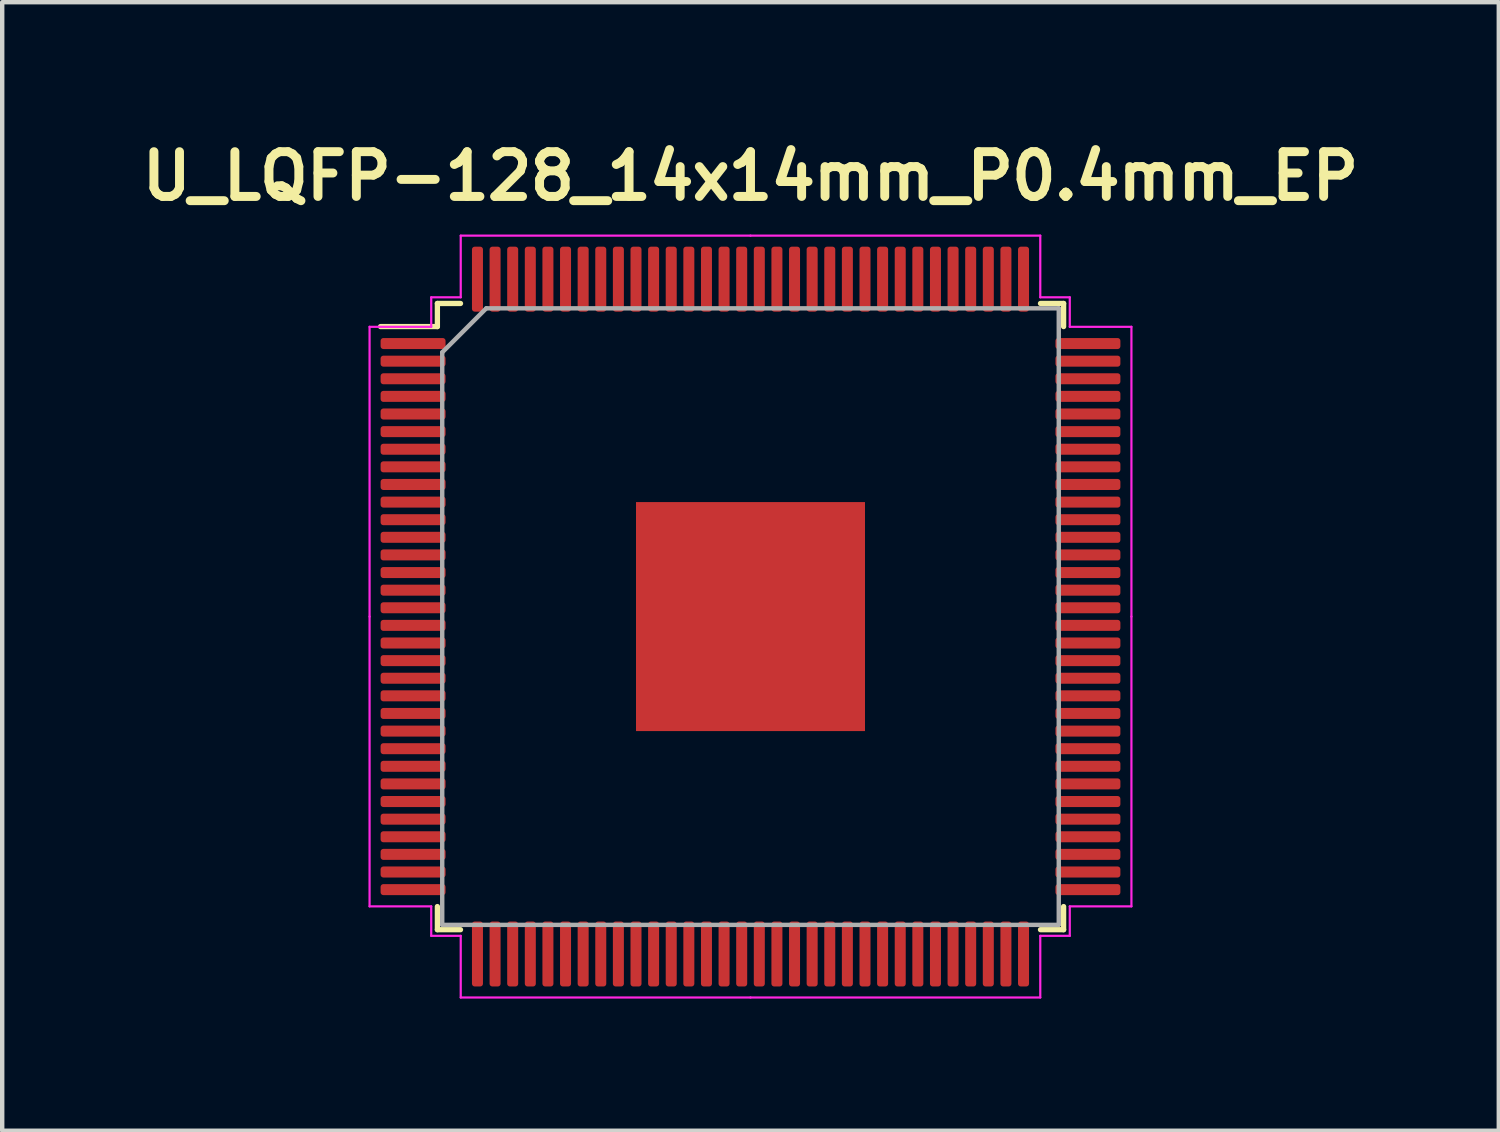
<source format=kicad_pcb>
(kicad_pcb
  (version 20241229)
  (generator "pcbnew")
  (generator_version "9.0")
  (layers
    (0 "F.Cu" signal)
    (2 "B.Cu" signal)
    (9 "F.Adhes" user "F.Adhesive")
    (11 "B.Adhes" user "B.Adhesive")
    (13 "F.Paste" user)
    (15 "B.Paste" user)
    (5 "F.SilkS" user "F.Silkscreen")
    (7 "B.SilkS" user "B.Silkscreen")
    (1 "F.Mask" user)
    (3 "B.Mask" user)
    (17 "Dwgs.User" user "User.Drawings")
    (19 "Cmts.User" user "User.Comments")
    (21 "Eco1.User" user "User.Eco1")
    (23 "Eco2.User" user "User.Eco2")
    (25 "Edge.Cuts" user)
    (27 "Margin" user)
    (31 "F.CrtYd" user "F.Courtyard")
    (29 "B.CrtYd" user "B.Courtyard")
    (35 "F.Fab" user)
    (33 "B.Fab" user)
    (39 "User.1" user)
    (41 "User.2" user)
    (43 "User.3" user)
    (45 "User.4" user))
  (footprint "U_LQFP-128_14x14mm_P0.4mm_EP"
    (layer "F.Cu")
    (at 13.992 10.951)
    (property "Reference" "U_LQFP-128_14x14mm_P0.4mm_EP" (at 0 -10 0) (layer "F.SilkS") (effects (font (size 1.016 1.016) (thickness 0.203))))
    (attr smd)
    (fp_line (start -7.11 -7.11) (end -7.11 -6.585) (stroke (width 0.12) (type solid)) (layer "F.SilkS"))
    (fp_line (start -7.11 -6.585) (end -8.4 -6.585) (stroke (width 0.12) (type solid)) (layer "F.SilkS"))
    (fp_line (start -7.11 7.11) (end -7.11 6.585) (stroke (width 0.12) (type solid)) (layer "F.SilkS"))
    (fp_line (start -6.585 -7.11) (end -7.11 -7.11) (stroke (width 0.12) (type solid)) (layer "F.SilkS"))
    (fp_line (start -6.585 7.11) (end -7.11 7.11) (stroke (width 0.12) (type solid)) (layer "F.SilkS"))
    (fp_line (start 6.585 -7.11) (end 7.11 -7.11) (stroke (width 0.12) (type solid)) (layer "F.SilkS"))
    (fp_line (start 6.585 7.11) (end 7.11 7.11) (stroke (width 0.12) (type solid)) (layer "F.SilkS"))
    (fp_line (start 7.11 -7.11) (end 7.11 -6.585) (stroke (width 0.12) (type solid)) (layer "F.SilkS"))
    (fp_line (start 7.11 7.11) (end 7.11 6.585) (stroke (width 0.12) (type solid)) (layer "F.SilkS"))
    (fp_line (start -8.65 -6.58) (end -8.65 0) (stroke (width 0.05) (type solid)) (layer "F.CrtYd"))
    (fp_line (start -8.65 6.58) (end -8.65 0) (stroke (width 0.05) (type solid)) (layer "F.CrtYd"))
    (fp_line (start -7.25 -7.25) (end -7.25 -6.58) (stroke (width 0.05) (type solid)) (layer "F.CrtYd"))
    (fp_line (start -7.25 -6.58) (end -8.65 -6.58) (stroke (width 0.05) (type solid)) (layer "F.CrtYd"))
    (fp_line (start -7.25 6.58) (end -8.65 6.58) (stroke (width 0.05) (type solid)) (layer "F.CrtYd"))
    (fp_line (start -7.25 7.25) (end -7.25 6.58) (stroke (width 0.05) (type solid)) (layer "F.CrtYd"))
    (fp_line (start -6.58 -8.65) (end -6.58 -7.25) (stroke (width 0.05) (type solid)) (layer "F.CrtYd"))
    (fp_line (start -6.58 -7.25) (end -7.25 -7.25) (stroke (width 0.05) (type solid)) (layer "F.CrtYd"))
    (fp_line (start -6.58 7.25) (end -7.25 7.25) (stroke (width 0.05) (type solid)) (layer "F.CrtYd"))
    (fp_line (start -6.58 8.65) (end -6.58 7.25) (stroke (width 0.05) (type solid)) (layer "F.CrtYd"))
    (fp_line (start 0 -8.65) (end -6.58 -8.65) (stroke (width 0.05) (type solid)) (layer "F.CrtYd"))
    (fp_line (start 0 -8.65) (end 6.58 -8.65) (stroke (width 0.05) (type solid)) (layer "F.CrtYd"))
    (fp_line (start 0 8.65) (end -6.58 8.65) (stroke (width 0.05) (type solid)) (layer "F.CrtYd"))
    (fp_line (start 0 8.65) (end 6.58 8.65) (stroke (width 0.05) (type solid)) (layer "F.CrtYd"))
    (fp_line (start 6.58 -8.65) (end 6.58 -7.25) (stroke (width 0.05) (type solid)) (layer "F.CrtYd"))
    (fp_line (start 6.58 -7.25) (end 7.25 -7.25) (stroke (width 0.05) (type solid)) (layer "F.CrtYd"))
    (fp_line (start 6.58 7.25) (end 7.25 7.25) (stroke (width 0.05) (type solid)) (layer "F.CrtYd"))
    (fp_line (start 6.58 8.65) (end 6.58 7.25) (stroke (width 0.05) (type solid)) (layer "F.CrtYd"))
    (fp_line (start 7.25 -7.25) (end 7.25 -6.58) (stroke (width 0.05) (type solid)) (layer "F.CrtYd"))
    (fp_line (start 7.25 -6.58) (end 8.65 -6.58) (stroke (width 0.05) (type solid)) (layer "F.CrtYd"))
    (fp_line (start 7.25 6.58) (end 8.65 6.58) (stroke (width 0.05) (type solid)) (layer "F.CrtYd"))
    (fp_line (start 7.25 7.25) (end 7.25 6.58) (stroke (width 0.05) (type solid)) (layer "F.CrtYd"))
    (fp_line (start 8.65 -6.58) (end 8.65 0) (stroke (width 0.05) (type solid)) (layer "F.CrtYd"))
    (fp_line (start 8.65 6.58) (end 8.65 0) (stroke (width 0.05) (type solid)) (layer "F.CrtYd"))
    (fp_line (start -7 -6) (end -6 -7) (stroke (width 0.1) (type solid)) (layer "F.Fab"))
    (fp_line (start -7 7) (end -7 -6) (stroke (width 0.1) (type solid)) (layer "F.Fab"))
    (fp_line (start -6 -7) (end 7 -7) (stroke (width 0.1) (type solid)) (layer "F.Fab"))
    (fp_line (start 7 -7) (end 7 7) (stroke (width 0.1) (type solid)) (layer "F.Fab"))
    (fp_line (start 7 7) (end -7 7) (stroke (width 0.1) (type solid)) (layer "F.Fab"))
    (pad "1" smd roundrect (at -7.662 -6.2) (size 1.475 0.25) (layers "F.Cu" "F.Mask" "F.Paste") (roundrect_rratio 0.25))
    (pad "2" smd roundrect (at -7.662 -5.8) (size 1.475 0.25) (layers "F.Cu" "F.Mask" "F.Paste") (roundrect_rratio 0.25))
    (pad "3" smd roundrect (at -7.662 -5.4) (size 1.475 0.25) (layers "F.Cu" "F.Mask" "F.Paste") (roundrect_rratio 0.25))
    (pad "4" smd roundrect (at -7.662 -5) (size 1.475 0.25) (layers "F.Cu" "F.Mask" "F.Paste") (roundrect_rratio 0.25))
    (pad "5" smd roundrect (at -7.662 -4.6) (size 1.475 0.25) (layers "F.Cu" "F.Mask" "F.Paste") (roundrect_rratio 0.25))
    (pad "6" smd roundrect (at -7.662 -4.2) (size 1.475 0.25) (layers "F.Cu" "F.Mask" "F.Paste") (roundrect_rratio 0.25))
    (pad "7" smd roundrect (at -7.662 -3.8) (size 1.475 0.25) (layers "F.Cu" "F.Mask" "F.Paste") (roundrect_rratio 0.25))
    (pad "8" smd roundrect (at -7.662 -3.4) (size 1.475 0.25) (layers "F.Cu" "F.Mask" "F.Paste") (roundrect_rratio 0.25))
    (pad "9" smd roundrect (at -7.662 -3) (size 1.475 0.25) (layers "F.Cu" "F.Mask" "F.Paste") (roundrect_rratio 0.25))
    (pad "10" smd roundrect (at -7.662 -2.6) (size 1.475 0.25) (layers "F.Cu" "F.Mask" "F.Paste") (roundrect_rratio 0.25))
    (pad "11" smd roundrect (at -7.662 -2.2) (size 1.475 0.25) (layers "F.Cu" "F.Mask" "F.Paste") (roundrect_rratio 0.25))
    (pad "12" smd roundrect (at -7.662 -1.8) (size 1.475 0.25) (layers "F.Cu" "F.Mask" "F.Paste") (roundrect_rratio 0.25))
    (pad "13" smd roundrect (at -7.662 -1.4) (size 1.475 0.25) (layers "F.Cu" "F.Mask" "F.Paste") (roundrect_rratio 0.25))
    (pad "14" smd roundrect (at -7.662 -1) (size 1.475 0.25) (layers "F.Cu" "F.Mask" "F.Paste") (roundrect_rratio 0.25))
    (pad "15" smd roundrect (at -7.662 -0.6) (size 1.475 0.25) (layers "F.Cu" "F.Mask" "F.Paste") (roundrect_rratio 0.25))
    (pad "16" smd roundrect (at -7.662 -0.2) (size 1.475 0.25) (layers "F.Cu" "F.Mask" "F.Paste") (roundrect_rratio 0.25))
    (pad "17" smd roundrect (at -7.662 0.2) (size 1.475 0.25) (layers "F.Cu" "F.Mask" "F.Paste") (roundrect_rratio 0.25))
    (pad "18" smd roundrect (at -7.662 0.6) (size 1.475 0.25) (layers "F.Cu" "F.Mask" "F.Paste") (roundrect_rratio 0.25))
    (pad "19" smd roundrect (at -7.662 1) (size 1.475 0.25) (layers "F.Cu" "F.Mask" "F.Paste") (roundrect_rratio 0.25))
    (pad "20" smd roundrect (at -7.662 1.4) (size 1.475 0.25) (layers "F.Cu" "F.Mask" "F.Paste") (roundrect_rratio 0.25))
    (pad "21" smd roundrect (at -7.662 1.8) (size 1.475 0.25) (layers "F.Cu" "F.Mask" "F.Paste") (roundrect_rratio 0.25))
    (pad "22" smd roundrect (at -7.662 2.2) (size 1.475 0.25) (layers "F.Cu" "F.Mask" "F.Paste") (roundrect_rratio 0.25))
    (pad "23" smd roundrect (at -7.662 2.6) (size 1.475 0.25) (layers "F.Cu" "F.Mask" "F.Paste") (roundrect_rratio 0.25))
    (pad "24" smd roundrect (at -7.662 3) (size 1.475 0.25) (layers "F.Cu" "F.Mask" "F.Paste") (roundrect_rratio 0.25))
    (pad "25" smd roundrect (at -7.662 3.4) (size 1.475 0.25) (layers "F.Cu" "F.Mask" "F.Paste") (roundrect_rratio 0.25))
    (pad "26" smd roundrect (at -7.662 3.8) (size 1.475 0.25) (layers "F.Cu" "F.Mask" "F.Paste") (roundrect_rratio 0.25))
    (pad "27" smd roundrect (at -7.662 4.2) (size 1.475 0.25) (layers "F.Cu" "F.Mask" "F.Paste") (roundrect_rratio 0.25))
    (pad "28" smd roundrect (at -7.662 4.6) (size 1.475 0.25) (layers "F.Cu" "F.Mask" "F.Paste") (roundrect_rratio 0.25))
    (pad "29" smd roundrect (at -7.662 5) (size 1.475 0.25) (layers "F.Cu" "F.Mask" "F.Paste") (roundrect_rratio 0.25))
    (pad "30" smd roundrect (at -7.662 5.4) (size 1.475 0.25) (layers "F.Cu" "F.Mask" "F.Paste") (roundrect_rratio 0.25))
    (pad "31" smd roundrect (at -7.662 5.8) (size 1.475 0.25) (layers "F.Cu" "F.Mask" "F.Paste") (roundrect_rratio 0.25))
    (pad "32" smd roundrect (at -7.662 6.2) (size 1.475 0.25) (layers "F.Cu" "F.Mask" "F.Paste") (roundrect_rratio 0.25))
    (pad "33" smd roundrect (at -6.2 7.662) (size 0.25 1.475) (layers "F.Cu" "F.Mask" "F.Paste") (roundrect_rratio 0.25))
    (pad "34" smd roundrect (at -5.8 7.662) (size 0.25 1.475) (layers "F.Cu" "F.Mask" "F.Paste") (roundrect_rratio 0.25))
    (pad "35" smd roundrect (at -5.4 7.662) (size 0.25 1.475) (layers "F.Cu" "F.Mask" "F.Paste") (roundrect_rratio 0.25))
    (pad "36" smd roundrect (at -5 7.662) (size 0.25 1.475) (layers "F.Cu" "F.Mask" "F.Paste") (roundrect_rratio 0.25))
    (pad "37" smd roundrect (at -4.6 7.662) (size 0.25 1.475) (layers "F.Cu" "F.Mask" "F.Paste") (roundrect_rratio 0.25))
    (pad "38" smd roundrect (at -4.2 7.662) (size 0.25 1.475) (layers "F.Cu" "F.Mask" "F.Paste") (roundrect_rratio 0.25))
    (pad "39" smd roundrect (at -3.8 7.662) (size 0.25 1.475) (layers "F.Cu" "F.Mask" "F.Paste") (roundrect_rratio 0.25))
    (pad "40" smd roundrect (at -3.4 7.662) (size 0.25 1.475) (layers "F.Cu" "F.Mask" "F.Paste") (roundrect_rratio 0.25))
    (pad "41" smd roundrect (at -3 7.662) (size 0.25 1.475) (layers "F.Cu" "F.Mask" "F.Paste") (roundrect_rratio 0.25))
    (pad "42" smd roundrect (at -2.6 7.662) (size 0.25 1.475) (layers "F.Cu" "F.Mask" "F.Paste") (roundrect_rratio 0.25))
    (pad "43" smd roundrect (at -2.2 7.662) (size 0.25 1.475) (layers "F.Cu" "F.Mask" "F.Paste") (roundrect_rratio 0.25))
    (pad "44" smd roundrect (at -1.8 7.662) (size 0.25 1.475) (layers "F.Cu" "F.Mask" "F.Paste") (roundrect_rratio 0.25))
    (pad "45" smd roundrect (at -1.4 7.662) (size 0.25 1.475) (layers "F.Cu" "F.Mask" "F.Paste") (roundrect_rratio 0.25))
    (pad "46" smd roundrect (at -1 7.662) (size 0.25 1.475) (layers "F.Cu" "F.Mask" "F.Paste") (roundrect_rratio 0.25))
    (pad "47" smd roundrect (at -0.6 7.662) (size 0.25 1.475) (layers "F.Cu" "F.Mask" "F.Paste") (roundrect_rratio 0.25))
    (pad "48" smd roundrect (at -0.2 7.662) (size 0.25 1.475) (layers "F.Cu" "F.Mask" "F.Paste") (roundrect_rratio 0.25))
    (pad "49" smd roundrect (at 0.2 7.662) (size 0.25 1.475) (layers "F.Cu" "F.Mask" "F.Paste") (roundrect_rratio 0.25))
    (pad "50" smd roundrect (at 0.6 7.662) (size 0.25 1.475) (layers "F.Cu" "F.Mask" "F.Paste") (roundrect_rratio 0.25))
    (pad "51" smd roundrect (at 1 7.662) (size 0.25 1.475) (layers "F.Cu" "F.Mask" "F.Paste") (roundrect_rratio 0.25))
    (pad "52" smd roundrect (at 1.4 7.662) (size 0.25 1.475) (layers "F.Cu" "F.Mask" "F.Paste") (roundrect_rratio 0.25))
    (pad "53" smd roundrect (at 1.8 7.662) (size 0.25 1.475) (layers "F.Cu" "F.Mask" "F.Paste") (roundrect_rratio 0.25))
    (pad "54" smd roundrect (at 2.2 7.662) (size 0.25 1.475) (layers "F.Cu" "F.Mask" "F.Paste") (roundrect_rratio 0.25))
    (pad "55" smd roundrect (at 2.6 7.662) (size 0.25 1.475) (layers "F.Cu" "F.Mask" "F.Paste") (roundrect_rratio 0.25))
    (pad "56" smd roundrect (at 3 7.662) (size 0.25 1.475) (layers "F.Cu" "F.Mask" "F.Paste") (roundrect_rratio 0.25))
    (pad "57" smd roundrect (at 3.4 7.662) (size 0.25 1.475) (layers "F.Cu" "F.Mask" "F.Paste") (roundrect_rratio 0.25))
    (pad "58" smd roundrect (at 3.8 7.662) (size 0.25 1.475) (layers "F.Cu" "F.Mask" "F.Paste") (roundrect_rratio 0.25))
    (pad "59" smd roundrect (at 4.2 7.662) (size 0.25 1.475) (layers "F.Cu" "F.Mask" "F.Paste") (roundrect_rratio 0.25))
    (pad "60" smd roundrect (at 4.6 7.662) (size 0.25 1.475) (layers "F.Cu" "F.Mask" "F.Paste") (roundrect_rratio 0.25))
    (pad "61" smd roundrect (at 5 7.662) (size 0.25 1.475) (layers "F.Cu" "F.Mask" "F.Paste") (roundrect_rratio 0.25))
    (pad "62" smd roundrect (at 5.4 7.662) (size 0.25 1.475) (layers "F.Cu" "F.Mask" "F.Paste") (roundrect_rratio 0.25))
    (pad "63" smd roundrect (at 5.8 7.662) (size 0.25 1.475) (layers "F.Cu" "F.Mask" "F.Paste") (roundrect_rratio 0.25))
    (pad "64" smd roundrect (at 6.2 7.662) (size 0.25 1.475) (layers "F.Cu" "F.Mask" "F.Paste") (roundrect_rratio 0.25))
    (pad "65" smd roundrect (at 7.662 6.2) (size 1.475 0.25) (layers "F.Cu" "F.Mask" "F.Paste") (roundrect_rratio 0.25))
    (pad "66" smd roundrect (at 7.662 5.8) (size 1.475 0.25) (layers "F.Cu" "F.Mask" "F.Paste") (roundrect_rratio 0.25))
    (pad "67" smd roundrect (at 7.662 5.4) (size 1.475 0.25) (layers "F.Cu" "F.Mask" "F.Paste") (roundrect_rratio 0.25))
    (pad "68" smd roundrect (at 7.662 5) (size 1.475 0.25) (layers "F.Cu" "F.Mask" "F.Paste") (roundrect_rratio 0.25))
    (pad "69" smd roundrect (at 7.662 4.6) (size 1.475 0.25) (layers "F.Cu" "F.Mask" "F.Paste") (roundrect_rratio 0.25))
    (pad "70" smd roundrect (at 7.662 4.2) (size 1.475 0.25) (layers "F.Cu" "F.Mask" "F.Paste") (roundrect_rratio 0.25))
    (pad "71" smd roundrect (at 7.662 3.8) (size 1.475 0.25) (layers "F.Cu" "F.Mask" "F.Paste") (roundrect_rratio 0.25))
    (pad "72" smd roundrect (at 7.662 3.4) (size 1.475 0.25) (layers "F.Cu" "F.Mask" "F.Paste") (roundrect_rratio 0.25))
    (pad "73" smd roundrect (at 7.662 3) (size 1.475 0.25) (layers "F.Cu" "F.Mask" "F.Paste") (roundrect_rratio 0.25))
    (pad "74" smd roundrect (at 7.662 2.6) (size 1.475 0.25) (layers "F.Cu" "F.Mask" "F.Paste") (roundrect_rratio 0.25))
    (pad "75" smd roundrect (at 7.662 2.2) (size 1.475 0.25) (layers "F.Cu" "F.Mask" "F.Paste") (roundrect_rratio 0.25))
    (pad "76" smd roundrect (at 7.662 1.8) (size 1.475 0.25) (layers "F.Cu" "F.Mask" "F.Paste") (roundrect_rratio 0.25))
    (pad "77" smd roundrect (at 7.662 1.4) (size 1.475 0.25) (layers "F.Cu" "F.Mask" "F.Paste") (roundrect_rratio 0.25))
    (pad "78" smd roundrect (at 7.662 1) (size 1.475 0.25) (layers "F.Cu" "F.Mask" "F.Paste") (roundrect_rratio 0.25))
    (pad "79" smd roundrect (at 7.662 0.6) (size 1.475 0.25) (layers "F.Cu" "F.Mask" "F.Paste") (roundrect_rratio 0.25))
    (pad "80" smd roundrect (at 7.662 0.2) (size 1.475 0.25) (layers "F.Cu" "F.Mask" "F.Paste") (roundrect_rratio 0.25))
    (pad "81" smd roundrect (at 7.662 -0.2) (size 1.475 0.25) (layers "F.Cu" "F.Mask" "F.Paste") (roundrect_rratio 0.25))
    (pad "82" smd roundrect (at 7.662 -0.6) (size 1.475 0.25) (layers "F.Cu" "F.Mask" "F.Paste") (roundrect_rratio 0.25))
    (pad "83" smd roundrect (at 7.662 -1) (size 1.475 0.25) (layers "F.Cu" "F.Mask" "F.Paste") (roundrect_rratio 0.25))
    (pad "84" smd roundrect (at 7.662 -1.4) (size 1.475 0.25) (layers "F.Cu" "F.Mask" "F.Paste") (roundrect_rratio 0.25))
    (pad "85" smd roundrect (at 7.662 -1.8) (size 1.475 0.25) (layers "F.Cu" "F.Mask" "F.Paste") (roundrect_rratio 0.25))
    (pad "86" smd roundrect (at 7.662 -2.2) (size 1.475 0.25) (layers "F.Cu" "F.Mask" "F.Paste") (roundrect_rratio 0.25))
    (pad "87" smd roundrect (at 7.662 -2.6) (size 1.475 0.25) (layers "F.Cu" "F.Mask" "F.Paste") (roundrect_rratio 0.25))
    (pad "88" smd roundrect (at 7.662 -3) (size 1.475 0.25) (layers "F.Cu" "F.Mask" "F.Paste") (roundrect_rratio 0.25))
    (pad "89" smd roundrect (at 7.662 -3.4) (size 1.475 0.25) (layers "F.Cu" "F.Mask" "F.Paste") (roundrect_rratio 0.25))
    (pad "90" smd roundrect (at 7.662 -3.8) (size 1.475 0.25) (layers "F.Cu" "F.Mask" "F.Paste") (roundrect_rratio 0.25))
    (pad "91" smd roundrect (at 7.662 -4.2) (size 1.475 0.25) (layers "F.Cu" "F.Mask" "F.Paste") (roundrect_rratio 0.25))
    (pad "92" smd roundrect (at 7.662 -4.6) (size 1.475 0.25) (layers "F.Cu" "F.Mask" "F.Paste") (roundrect_rratio 0.25))
    (pad "93" smd roundrect (at 7.662 -5) (size 1.475 0.25) (layers "F.Cu" "F.Mask" "F.Paste") (roundrect_rratio 0.25))
    (pad "94" smd roundrect (at 7.662 -5.4) (size 1.475 0.25) (layers "F.Cu" "F.Mask" "F.Paste") (roundrect_rratio 0.25))
    (pad "95" smd roundrect (at 7.662 -5.8) (size 1.475 0.25) (layers "F.Cu" "F.Mask" "F.Paste") (roundrect_rratio 0.25))
    (pad "96" smd roundrect (at 7.662 -6.2) (size 1.475 0.25) (layers "F.Cu" "F.Mask" "F.Paste") (roundrect_rratio 0.25))
    (pad "97" smd roundrect (at 6.2 -7.662) (size 0.25 1.475) (layers "F.Cu" "F.Mask" "F.Paste") (roundrect_rratio 0.25))
    (pad "98" smd roundrect (at 5.8 -7.662) (size 0.25 1.475) (layers "F.Cu" "F.Mask" "F.Paste") (roundrect_rratio 0.25))
    (pad "99" smd roundrect (at 5.4 -7.662) (size 0.25 1.475) (layers "F.Cu" "F.Mask" "F.Paste") (roundrect_rratio 0.25))
    (pad "100" smd roundrect (at 5 -7.662) (size 0.25 1.475) (layers "F.Cu" "F.Mask" "F.Paste") (roundrect_rratio 0.25))
    (pad "101" smd roundrect (at 4.6 -7.662) (size 0.25 1.475) (layers "F.Cu" "F.Mask" "F.Paste") (roundrect_rratio 0.25))
    (pad "102" smd roundrect (at 4.2 -7.662) (size 0.25 1.475) (layers "F.Cu" "F.Mask" "F.Paste") (roundrect_rratio 0.25))
    (pad "103" smd roundrect (at 3.8 -7.662) (size 0.25 1.475) (layers "F.Cu" "F.Mask" "F.Paste") (roundrect_rratio 0.25))
    (pad "104" smd roundrect (at 3.4 -7.662) (size 0.25 1.475) (layers "F.Cu" "F.Mask" "F.Paste") (roundrect_rratio 0.25))
    (pad "105" smd roundrect (at 3 -7.662) (size 0.25 1.475) (layers "F.Cu" "F.Mask" "F.Paste") (roundrect_rratio 0.25))
    (pad "106" smd roundrect (at 2.6 -7.662) (size 0.25 1.475) (layers "F.Cu" "F.Mask" "F.Paste") (roundrect_rratio 0.25))
    (pad "107" smd roundrect (at 2.2 -7.662) (size 0.25 1.475) (layers "F.Cu" "F.Mask" "F.Paste") (roundrect_rratio 0.25))
    (pad "108" smd roundrect (at 1.8 -7.662) (size 0.25 1.475) (layers "F.Cu" "F.Mask" "F.Paste") (roundrect_rratio 0.25))
    (pad "109" smd roundrect (at 1.4 -7.662) (size 0.25 1.475) (layers "F.Cu" "F.Mask" "F.Paste") (roundrect_rratio 0.25))
    (pad "110" smd roundrect (at 1 -7.662) (size 0.25 1.475) (layers "F.Cu" "F.Mask" "F.Paste") (roundrect_rratio 0.25))
    (pad "111" smd roundrect (at 0.6 -7.662) (size 0.25 1.475) (layers "F.Cu" "F.Mask" "F.Paste") (roundrect_rratio 0.25))
    (pad "112" smd roundrect (at 0.2 -7.662) (size 0.25 1.475) (layers "F.Cu" "F.Mask" "F.Paste") (roundrect_rratio 0.25))
    (pad "113" smd roundrect (at -0.2 -7.662) (size 0.25 1.475) (layers "F.Cu" "F.Mask" "F.Paste") (roundrect_rratio 0.25))
    (pad "114" smd roundrect (at -0.6 -7.662) (size 0.25 1.475) (layers "F.Cu" "F.Mask" "F.Paste") (roundrect_rratio 0.25))
    (pad "115" smd roundrect (at -1 -7.662) (size 0.25 1.475) (layers "F.Cu" "F.Mask" "F.Paste") (roundrect_rratio 0.25))
    (pad "116" smd roundrect (at -1.4 -7.662) (size 0.25 1.475) (layers "F.Cu" "F.Mask" "F.Paste") (roundrect_rratio 0.25))
    (pad "117" smd roundrect (at -1.8 -7.662) (size 0.25 1.475) (layers "F.Cu" "F.Mask" "F.Paste") (roundrect_rratio 0.25))
    (pad "118" smd roundrect (at -2.2 -7.662) (size 0.25 1.475) (layers "F.Cu" "F.Mask" "F.Paste") (roundrect_rratio 0.25))
    (pad "119" smd roundrect (at -2.6 -7.662) (size 0.25 1.475) (layers "F.Cu" "F.Mask" "F.Paste") (roundrect_rratio 0.25))
    (pad "120" smd roundrect (at -3 -7.662) (size 0.25 1.475) (layers "F.Cu" "F.Mask" "F.Paste") (roundrect_rratio 0.25))
    (pad "121" smd roundrect (at -3.4 -7.662) (size 0.25 1.475) (layers "F.Cu" "F.Mask" "F.Paste") (roundrect_rratio 0.25))
    (pad "122" smd roundrect (at -3.8 -7.662) (size 0.25 1.475) (layers "F.Cu" "F.Mask" "F.Paste") (roundrect_rratio 0.25))
    (pad "123" smd roundrect (at -4.2 -7.662) (size 0.25 1.475) (layers "F.Cu" "F.Mask" "F.Paste") (roundrect_rratio 0.25))
    (pad "124" smd roundrect (at -4.6 -7.662) (size 0.25 1.475) (layers "F.Cu" "F.Mask" "F.Paste") (roundrect_rratio 0.25))
    (pad "125" smd roundrect (at -5 -7.662) (size 0.25 1.475) (layers "F.Cu" "F.Mask" "F.Paste") (roundrect_rratio 0.25))
    (pad "126" smd roundrect (at -5.4 -7.662) (size 0.25 1.475) (layers "F.Cu" "F.Mask" "F.Paste") (roundrect_rratio 0.25))
    (pad "127" smd roundrect (at -5.8 -7.662) (size 0.25 1.475) (layers "F.Cu" "F.Mask" "F.Paste") (roundrect_rratio 0.25))
    (pad "128" smd roundrect (at -6.2 -7.662) (size 0.25 1.475) (layers "F.Cu" "F.Mask" "F.Paste") (roundrect_rratio 0.25))
    (pad "129" smd rect (at 0 0) (size 5.2 5.2) (layers "F.Cu" "F.Mask" "F.Paste")))
  (gr_rect
    (start -3 -3)
    (end 30.984 22.626)
    (stroke (width 0.1) (type default))
    (fill no)
    (layer "Edge.Cuts")))
</source>
